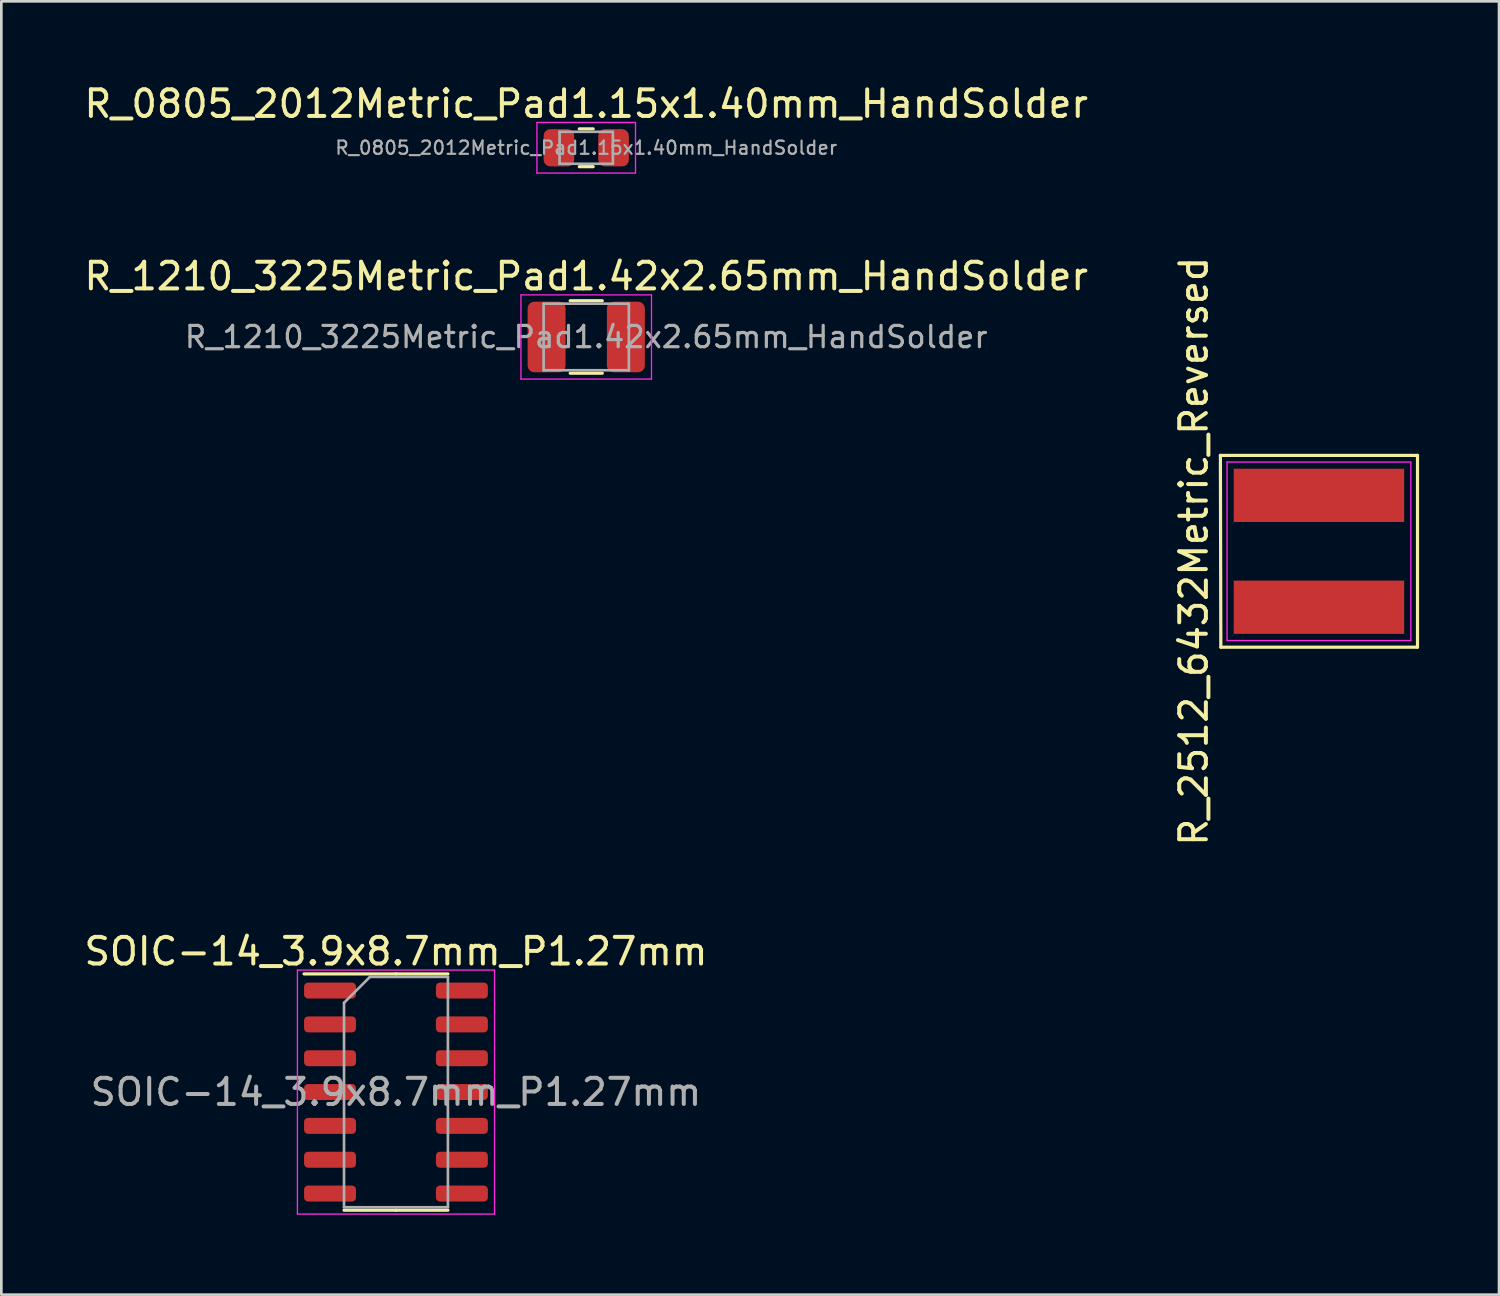
<source format=kicad_pcb>
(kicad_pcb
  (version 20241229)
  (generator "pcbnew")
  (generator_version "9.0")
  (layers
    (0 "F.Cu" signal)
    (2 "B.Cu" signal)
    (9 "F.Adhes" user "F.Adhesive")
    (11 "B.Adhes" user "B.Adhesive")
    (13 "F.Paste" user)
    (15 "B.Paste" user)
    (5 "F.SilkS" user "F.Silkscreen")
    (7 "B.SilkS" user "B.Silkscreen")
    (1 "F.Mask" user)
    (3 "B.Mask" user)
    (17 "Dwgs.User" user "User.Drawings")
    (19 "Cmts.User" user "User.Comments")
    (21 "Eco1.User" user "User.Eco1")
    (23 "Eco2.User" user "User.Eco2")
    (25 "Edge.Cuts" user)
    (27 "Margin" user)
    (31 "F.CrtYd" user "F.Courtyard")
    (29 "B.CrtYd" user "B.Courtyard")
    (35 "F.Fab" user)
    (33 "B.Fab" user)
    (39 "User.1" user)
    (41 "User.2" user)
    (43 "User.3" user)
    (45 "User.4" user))
  (footprint "R_0805_2012Metric_Pad1.15x1.40mm_HandSolder"
    (layer "F.Cu")
    (at 18.958 2.498)
    (property "Reference" "R_0805_2012Metric_Pad1.15x1.40mm_HandSolder" (at 0 -1.65 0) (layer "F.SilkS") (effects (font (size 1 1) (thickness 0.15))))
    (attr smd)
    (fp_line (start -0.261 -0.71) (end 0.261 -0.71) (stroke (width 0.12) (type solid)) (layer "F.SilkS"))
    (fp_line (start -0.261 0.71) (end 0.261 0.71) (stroke (width 0.12) (type solid)) (layer "F.SilkS"))
    (fp_line (start -1.85 -0.95) (end 1.85 -0.95) (stroke (width 0.05) (type solid)) (layer "F.CrtYd"))
    (fp_line (start -1.85 0.95) (end -1.85 -0.95) (stroke (width 0.05) (type solid)) (layer "F.CrtYd"))
    (fp_line (start 1.85 -0.95) (end 1.85 0.95) (stroke (width 0.05) (type solid)) (layer "F.CrtYd"))
    (fp_line (start 1.85 0.95) (end -1.85 0.95) (stroke (width 0.05) (type solid)) (layer "F.CrtYd"))
    (fp_line (start -1 -0.6) (end 1 -0.6) (stroke (width 0.1) (type solid)) (layer "F.Fab"))
    (fp_line (start -1 0.6) (end -1 -0.6) (stroke (width 0.1) (type solid)) (layer "F.Fab"))
    (fp_line (start 1 -0.6) (end 1 0.6) (stroke (width 0.1) (type solid)) (layer "F.Fab"))
    (fp_line (start 1 0.6) (end -1 0.6) (stroke (width 0.1) (type solid)) (layer "F.Fab"))
    (fp_text user "${REFERENCE}" (at 0 0 0) (layer "F.Fab") (effects (font (size 0.5 0.5) (thickness 0.08))))
    (pad "1" smd roundrect (at -1.025 0) (size 1.15 1.4) (layers "F.Cu" "F.Mask" "F.Paste") (roundrect_rratio 0.217))
    (pad "2" smd roundrect (at 1.025 0) (size 1.15 1.4) (layers "F.Cu" "F.Mask" "F.Paste") (roundrect_rratio 0.217)))
  (footprint "SOIC-14_3.9x8.7mm_P1.27mm"
    (layer "F.Cu")
    (at 11.815 37.947)
    (property "Reference" "SOIC-14_3.9x8.7mm_P1.27mm" (at 0 -5.28 0) (layer "F.SilkS") (effects (font (size 1 1) (thickness 0.15))))
    (attr smd)
    (fp_line (start 0 -4.435) (end -3.45 -4.435) (stroke (width 0.12) (type solid)) (layer "F.SilkS"))
    (fp_line (start 0 -4.435) (end 1.95 -4.435) (stroke (width 0.12) (type solid)) (layer "F.SilkS"))
    (fp_line (start 0 4.435) (end -1.95 4.435) (stroke (width 0.12) (type solid)) (layer "F.SilkS"))
    (fp_line (start 0 4.435) (end 1.95 4.435) (stroke (width 0.12) (type solid)) (layer "F.SilkS"))
    (fp_line (start -3.7 -4.58) (end -3.7 4.58) (stroke (width 0.05) (type solid)) (layer "F.CrtYd"))
    (fp_line (start -3.7 4.58) (end 3.7 4.58) (stroke (width 0.05) (type solid)) (layer "F.CrtYd"))
    (fp_line (start 3.7 -4.58) (end -3.7 -4.58) (stroke (width 0.05) (type solid)) (layer "F.CrtYd"))
    (fp_line (start 3.7 4.58) (end 3.7 -4.58) (stroke (width 0.05) (type solid)) (layer "F.CrtYd"))
    (fp_line (start -1.95 -3.35) (end -0.975 -4.325) (stroke (width 0.1) (type solid)) (layer "F.Fab"))
    (fp_line (start -1.95 4.325) (end -1.95 -3.35) (stroke (width 0.1) (type solid)) (layer "F.Fab"))
    (fp_line (start -0.975 -4.325) (end 1.95 -4.325) (stroke (width 0.1) (type solid)) (layer "F.Fab"))
    (fp_line (start 1.95 -4.325) (end 1.95 4.325) (stroke (width 0.1) (type solid)) (layer "F.Fab"))
    (fp_line (start 1.95 4.325) (end -1.95 4.325) (stroke (width 0.1) (type solid)) (layer "F.Fab"))
    (fp_text user "${REFERENCE}" (at 0 0 0) (layer "F.Fab") (effects (font (size 0.98 0.98) (thickness 0.15))))
    (pad "1" smd roundrect (at -2.475 -3.81) (size 1.95 0.6) (layers "F.Cu" "F.Mask" "F.Paste") (roundrect_rratio 0.25))
    (pad "2" smd roundrect (at -2.475 -2.54) (size 1.95 0.6) (layers "F.Cu" "F.Mask" "F.Paste") (roundrect_rratio 0.25))
    (pad "3" smd roundrect (at -2.475 -1.27) (size 1.95 0.6) (layers "F.Cu" "F.Mask" "F.Paste") (roundrect_rratio 0.25))
    (pad "4" smd roundrect (at -2.475 0) (size 1.95 0.6) (layers "F.Cu" "F.Mask" "F.Paste") (roundrect_rratio 0.25))
    (pad "5" smd roundrect (at -2.475 1.27) (size 1.95 0.6) (layers "F.Cu" "F.Mask" "F.Paste") (roundrect_rratio 0.25))
    (pad "6" smd roundrect (at -2.475 2.54) (size 1.95 0.6) (layers "F.Cu" "F.Mask" "F.Paste") (roundrect_rratio 0.25))
    (pad "7" smd roundrect (at -2.475 3.81) (size 1.95 0.6) (layers "F.Cu" "F.Mask" "F.Paste") (roundrect_rratio 0.25))
    (pad "8" smd roundrect (at 2.475 3.81) (size 1.95 0.6) (layers "F.Cu" "F.Mask" "F.Paste") (roundrect_rratio 0.25))
    (pad "9" smd roundrect (at 2.475 2.54) (size 1.95 0.6) (layers "F.Cu" "F.Mask" "F.Paste") (roundrect_rratio 0.25))
    (pad "10" smd roundrect (at 2.475 1.27) (size 1.95 0.6) (layers "F.Cu" "F.Mask" "F.Paste") (roundrect_rratio 0.25))
    (pad "11" smd roundrect (at 2.475 0) (size 1.95 0.6) (layers "F.Cu" "F.Mask" "F.Paste") (roundrect_rratio 0.25))
    (pad "12" smd roundrect (at 2.475 -1.27) (size 1.95 0.6) (layers "F.Cu" "F.Mask" "F.Paste") (roundrect_rratio 0.25))
    (pad "13" smd roundrect (at 2.475 -2.54) (size 1.95 0.6) (layers "F.Cu" "F.Mask" "F.Paste") (roundrect_rratio 0.25))
    (pad "14" smd roundrect (at 2.475 -3.81) (size 1.95 0.6) (layers "F.Cu" "F.Mask" "F.Paste") (roundrect_rratio 0.25)))
  (footprint "R_1210_3225Metric_Pad1.42x2.65mm_HandSolder"
    (layer "F.Cu")
    (at 18.958 9.601)
    (property "Reference" "R_1210_3225Metric_Pad1.42x2.65mm_HandSolder" (at 0 -2.28 0) (layer "F.SilkS") (effects (font (size 1 1) (thickness 0.15))))
    (attr smd)
    (fp_line (start -0.602 -1.36) (end 0.602 -1.36) (stroke (width 0.12) (type solid)) (layer "F.SilkS"))
    (fp_line (start -0.602 1.36) (end 0.602 1.36) (stroke (width 0.12) (type solid)) (layer "F.SilkS"))
    (fp_line (start -2.45 -1.58) (end 2.45 -1.58) (stroke (width 0.05) (type solid)) (layer "F.CrtYd"))
    (fp_line (start -2.45 1.58) (end -2.45 -1.58) (stroke (width 0.05) (type solid)) (layer "F.CrtYd"))
    (fp_line (start 2.45 -1.58) (end 2.45 1.58) (stroke (width 0.05) (type solid)) (layer "F.CrtYd"))
    (fp_line (start 2.45 1.58) (end -2.45 1.58) (stroke (width 0.05) (type solid)) (layer "F.CrtYd"))
    (fp_line (start -1.6 -1.25) (end 1.6 -1.25) (stroke (width 0.1) (type solid)) (layer "F.Fab"))
    (fp_line (start -1.6 1.25) (end -1.6 -1.25) (stroke (width 0.1) (type solid)) (layer "F.Fab"))
    (fp_line (start 1.6 -1.25) (end 1.6 1.25) (stroke (width 0.1) (type solid)) (layer "F.Fab"))
    (fp_line (start 1.6 1.25) (end -1.6 1.25) (stroke (width 0.1) (type solid)) (layer "F.Fab"))
    (fp_text user "${REFERENCE}" (at 0 0 0) (layer "F.Fab") (effects (font (size 0.8 0.8) (thickness 0.12))))
    (pad "1" smd roundrect (at -1.488 0) (size 1.425 2.65) (layers "F.Cu" "F.Mask" "F.Paste") (roundrect_rratio 0.175))
    (pad "2" smd roundrect (at 1.488 0) (size 1.425 2.65) (layers "F.Cu" "F.Mask" "F.Paste") (roundrect_rratio 0.175)))
  (footprint "R_2512_6432Metric_Reversed"
    (layer "F.Cu")
    (at 46.465 17.646)
    (property "Reference" "R_2512_6432Metric_Reversed" (at -4.7 0 90) (layer "F.SilkS") (effects (font (size 1 1) (thickness 0.15))))
    (attr smd)
    (fp_line (start -3.7 -3.6) (end 3.7 -3.6) (stroke (width 0.12) (type solid)) (layer "F.SilkS"))
    (fp_line (start -3.683 3.6) (end -3.7 -3.6) (stroke (width 0.12) (type solid)) (layer "F.SilkS"))
    (fp_line (start 3.7 -3.6) (end 3.7 3.6) (stroke (width 0.12) (type solid)) (layer "F.SilkS"))
    (fp_line (start 3.7 3.6) (end -3.683 3.6) (stroke (width 0.12) (type solid)) (layer "F.SilkS"))
    (fp_line (start -3.45 -3.35) (end 3.45 -3.35) (stroke (width 0.05) (type solid)) (layer "F.CrtYd"))
    (fp_line (start -3.45 3.35) (end -3.45 -3.35) (stroke (width 0.05) (type solid)) (layer "F.CrtYd"))
    (fp_line (start 3.45 -3.35) (end 3.45 3.35) (stroke (width 0.05) (type solid)) (layer "F.CrtYd"))
    (fp_line (start 3.45 3.35) (end -3.45 3.35) (stroke (width 0.05) (type solid)) (layer "F.CrtYd"))
    (pad "1" smd rect (at 0 2.1) (size 6.4 2) (layers "F.Cu" "F.Mask" "F.Paste"))
    (pad "2" smd rect (at 0 -2.1) (size 6.4 2) (layers "F.Cu" "F.Mask" "F.Paste")))
  (gr_rect
    (start -3 -3)
    (end 53.225 45.552)
    (stroke (width 0.1) (type default))
    (fill no)
    (layer "Edge.Cuts")))
</source>
